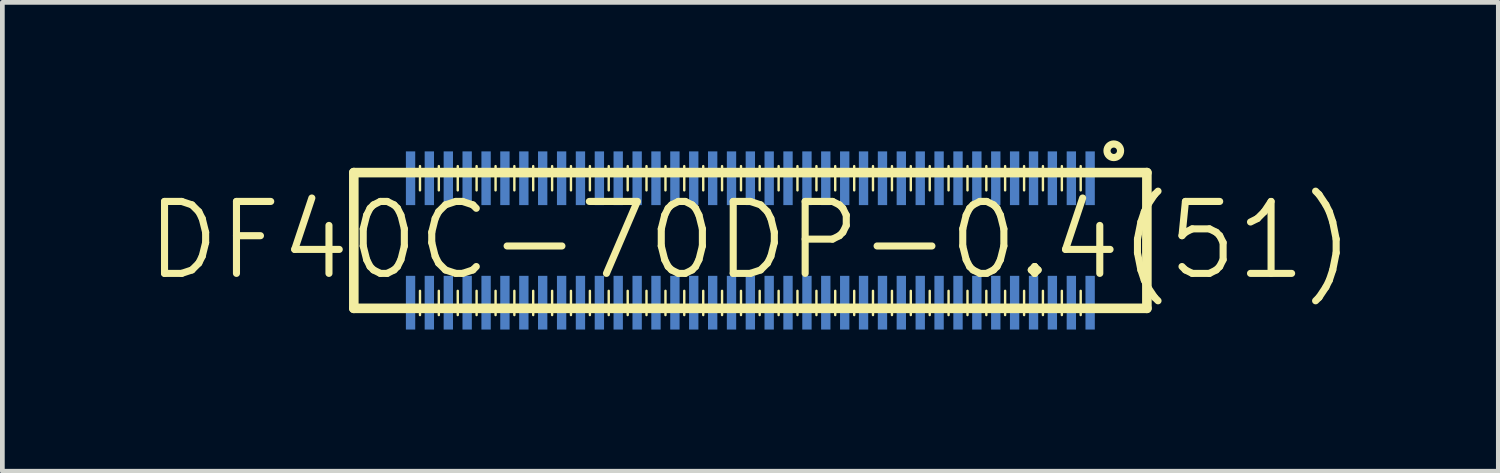
<source format=kicad_pcb>
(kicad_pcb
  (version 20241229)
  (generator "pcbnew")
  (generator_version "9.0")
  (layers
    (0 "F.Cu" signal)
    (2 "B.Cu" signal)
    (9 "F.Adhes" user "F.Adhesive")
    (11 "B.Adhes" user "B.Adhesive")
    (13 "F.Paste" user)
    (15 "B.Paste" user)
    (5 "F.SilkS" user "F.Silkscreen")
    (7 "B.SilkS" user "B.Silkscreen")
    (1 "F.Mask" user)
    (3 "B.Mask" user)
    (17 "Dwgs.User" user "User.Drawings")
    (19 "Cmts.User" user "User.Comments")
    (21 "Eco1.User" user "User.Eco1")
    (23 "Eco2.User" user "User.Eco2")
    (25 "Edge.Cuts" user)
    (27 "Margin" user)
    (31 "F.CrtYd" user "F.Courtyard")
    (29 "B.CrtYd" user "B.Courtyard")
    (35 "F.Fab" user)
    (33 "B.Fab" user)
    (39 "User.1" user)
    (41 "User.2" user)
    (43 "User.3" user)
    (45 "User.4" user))
  (footprint "DF40C-70DP-0.4(51)"
    (layer "F.Cu")
    (at 12.845 2.044)
    (property "Reference" "DF40C-70DP-0.4(51)" (at 0 0 0) (layer "F.SilkS") (effects (font (size 1.524 1.524) (thickness 0.15))))
    (attr smd)
    (fp_line (start -8.4 -1.438) (end 8.4 -1.438) (stroke (width 0.203) (type solid)) (layer "F.SilkS"))
    (fp_line (start -8.4 1.438) (end -8.4 -1.438) (stroke (width 0.203) (type solid)) (layer "F.SilkS"))
    (fp_line (start -6.998 -1.062) (end -6.998 -1.575) (stroke (width 0.051) (type solid)) (layer "F.SilkS"))
    (fp_line (start -6.998 1.58) (end -6.998 1.067) (stroke (width 0.051) (type solid)) (layer "F.SilkS"))
    (fp_line (start -6.599 -1.062) (end -6.599 -1.575) (stroke (width 0.051) (type solid)) (layer "F.SilkS"))
    (fp_line (start -6.599 1.58) (end -6.599 1.067) (stroke (width 0.051) (type solid)) (layer "F.SilkS"))
    (fp_line (start -6.198 -1.062) (end -6.198 -1.575) (stroke (width 0.051) (type solid)) (layer "F.SilkS"))
    (fp_line (start -6.198 1.58) (end -6.198 1.067) (stroke (width 0.051) (type solid)) (layer "F.SilkS"))
    (fp_line (start -5.799 -1.062) (end -5.799 -1.575) (stroke (width 0.051) (type solid)) (layer "F.SilkS"))
    (fp_line (start -5.799 1.58) (end -5.799 1.067) (stroke (width 0.051) (type solid)) (layer "F.SilkS"))
    (fp_line (start -5.397 -1.062) (end -5.397 -1.575) (stroke (width 0.051) (type solid)) (layer "F.SilkS"))
    (fp_line (start -5.397 1.58) (end -5.397 1.067) (stroke (width 0.051) (type solid)) (layer "F.SilkS"))
    (fp_line (start -4.999 -1.062) (end -4.999 -1.575) (stroke (width 0.051) (type solid)) (layer "F.SilkS"))
    (fp_line (start -4.999 1.58) (end -4.999 1.067) (stroke (width 0.051) (type solid)) (layer "F.SilkS"))
    (fp_line (start -4.6 -1.062) (end -4.6 -1.575) (stroke (width 0.051) (type solid)) (layer "F.SilkS"))
    (fp_line (start -4.6 1.58) (end -4.6 1.067) (stroke (width 0.051) (type solid)) (layer "F.SilkS"))
    (fp_line (start -4.199 -1.062) (end -4.199 -1.575) (stroke (width 0.051) (type solid)) (layer "F.SilkS"))
    (fp_line (start -4.199 1.58) (end -4.199 1.067) (stroke (width 0.051) (type solid)) (layer "F.SilkS"))
    (fp_line (start -3.8 -1.062) (end -3.8 -1.575) (stroke (width 0.051) (type solid)) (layer "F.SilkS"))
    (fp_line (start -3.8 1.58) (end -3.8 1.067) (stroke (width 0.051) (type solid)) (layer "F.SilkS"))
    (fp_line (start -3.399 -1.062) (end -3.399 -1.575) (stroke (width 0.051) (type solid)) (layer "F.SilkS"))
    (fp_line (start -3.399 1.58) (end -3.399 1.067) (stroke (width 0.051) (type solid)) (layer "F.SilkS"))
    (fp_line (start -3 -1.062) (end -3 -1.575) (stroke (width 0.051) (type solid)) (layer "F.SilkS"))
    (fp_line (start -3 1.58) (end -3 1.067) (stroke (width 0.051) (type solid)) (layer "F.SilkS"))
    (fp_line (start -2.598 -1.062) (end -2.598 -1.575) (stroke (width 0.051) (type solid)) (layer "F.SilkS"))
    (fp_line (start -2.598 1.58) (end -2.598 1.067) (stroke (width 0.051) (type solid)) (layer "F.SilkS"))
    (fp_line (start -2.2 -1.062) (end -2.2 -1.575) (stroke (width 0.051) (type solid)) (layer "F.SilkS"))
    (fp_line (start -2.2 1.58) (end -2.2 1.067) (stroke (width 0.051) (type solid)) (layer "F.SilkS"))
    (fp_line (start -1.798 -1.062) (end -1.798 -1.575) (stroke (width 0.051) (type solid)) (layer "F.SilkS"))
    (fp_line (start -1.798 1.58) (end -1.798 1.067) (stroke (width 0.051) (type solid)) (layer "F.SilkS"))
    (fp_line (start -1.4 -1.062) (end -1.4 -1.575) (stroke (width 0.051) (type solid)) (layer "F.SilkS"))
    (fp_line (start -1.4 1.58) (end -1.4 1.067) (stroke (width 0.051) (type solid)) (layer "F.SilkS"))
    (fp_line (start -0.998 -1.062) (end -0.998 -1.575) (stroke (width 0.051) (type solid)) (layer "F.SilkS"))
    (fp_line (start -0.998 1.58) (end -0.998 1.067) (stroke (width 0.051) (type solid)) (layer "F.SilkS"))
    (fp_line (start -0.599 -1.062) (end -0.599 -1.575) (stroke (width 0.051) (type solid)) (layer "F.SilkS"))
    (fp_line (start -0.599 1.58) (end -0.599 1.067) (stroke (width 0.051) (type solid)) (layer "F.SilkS"))
    (fp_line (start -0.198 -1.062) (end -0.198 -1.575) (stroke (width 0.051) (type solid)) (layer "F.SilkS"))
    (fp_line (start -0.198 1.58) (end -0.198 1.067) (stroke (width 0.051) (type solid)) (layer "F.SilkS"))
    (fp_line (start 0.198 -1.062) (end 0.198 -1.575) (stroke (width 0.051) (type solid)) (layer "F.SilkS"))
    (fp_line (start 0.198 1.58) (end 0.198 1.067) (stroke (width 0.051) (type solid)) (layer "F.SilkS"))
    (fp_line (start 0.599 -1.062) (end 0.599 -1.575) (stroke (width 0.051) (type solid)) (layer "F.SilkS"))
    (fp_line (start 0.599 1.58) (end 0.599 1.067) (stroke (width 0.051) (type solid)) (layer "F.SilkS"))
    (fp_line (start 0.998 -1.062) (end 0.998 -1.575) (stroke (width 0.051) (type solid)) (layer "F.SilkS"))
    (fp_line (start 0.998 1.58) (end 0.998 1.067) (stroke (width 0.051) (type solid)) (layer "F.SilkS"))
    (fp_line (start 1.4 -1.062) (end 1.4 -1.575) (stroke (width 0.051) (type solid)) (layer "F.SilkS"))
    (fp_line (start 1.4 1.58) (end 1.4 1.067) (stroke (width 0.051) (type solid)) (layer "F.SilkS"))
    (fp_line (start 1.798 -1.062) (end 1.798 -1.575) (stroke (width 0.051) (type solid)) (layer "F.SilkS"))
    (fp_line (start 1.798 1.58) (end 1.798 1.067) (stroke (width 0.051) (type solid)) (layer "F.SilkS"))
    (fp_line (start 2.2 -1.062) (end 2.2 -1.575) (stroke (width 0.051) (type solid)) (layer "F.SilkS"))
    (fp_line (start 2.2 1.58) (end 2.2 1.067) (stroke (width 0.051) (type solid)) (layer "F.SilkS"))
    (fp_line (start 2.598 -1.062) (end 2.598 -1.575) (stroke (width 0.051) (type solid)) (layer "F.SilkS"))
    (fp_line (start 2.598 1.58) (end 2.598 1.067) (stroke (width 0.051) (type solid)) (layer "F.SilkS"))
    (fp_line (start 3 -1.062) (end 3 -1.575) (stroke (width 0.051) (type solid)) (layer "F.SilkS"))
    (fp_line (start 3 1.58) (end 3 1.067) (stroke (width 0.051) (type solid)) (layer "F.SilkS"))
    (fp_line (start 3.399 -1.062) (end 3.399 -1.575) (stroke (width 0.051) (type solid)) (layer "F.SilkS"))
    (fp_line (start 3.399 1.58) (end 3.399 1.067) (stroke (width 0.051) (type solid)) (layer "F.SilkS"))
    (fp_line (start 3.8 -1.062) (end 3.8 -1.575) (stroke (width 0.051) (type solid)) (layer "F.SilkS"))
    (fp_line (start 3.8 1.58) (end 3.8 1.067) (stroke (width 0.051) (type solid)) (layer "F.SilkS"))
    (fp_line (start 4.199 -1.062) (end 4.199 -1.575) (stroke (width 0.051) (type solid)) (layer "F.SilkS"))
    (fp_line (start 4.199 1.58) (end 4.199 1.067) (stroke (width 0.051) (type solid)) (layer "F.SilkS"))
    (fp_line (start 4.6 -1.062) (end 4.6 -1.575) (stroke (width 0.051) (type solid)) (layer "F.SilkS"))
    (fp_line (start 4.6 1.58) (end 4.6 1.067) (stroke (width 0.051) (type solid)) (layer "F.SilkS"))
    (fp_line (start 4.999 -1.062) (end 4.999 -1.575) (stroke (width 0.051) (type solid)) (layer "F.SilkS"))
    (fp_line (start 4.999 1.58) (end 4.999 1.067) (stroke (width 0.051) (type solid)) (layer "F.SilkS"))
    (fp_line (start 5.397 -1.062) (end 5.397 -1.575) (stroke (width 0.051) (type solid)) (layer "F.SilkS"))
    (fp_line (start 5.397 1.58) (end 5.397 1.067) (stroke (width 0.051) (type solid)) (layer "F.SilkS"))
    (fp_line (start 5.799 -1.062) (end 5.799 -1.575) (stroke (width 0.051) (type solid)) (layer "F.SilkS"))
    (fp_line (start 5.799 1.58) (end 5.799 1.067) (stroke (width 0.051) (type solid)) (layer "F.SilkS"))
    (fp_line (start 6.198 -1.062) (end 6.198 -1.575) (stroke (width 0.051) (type solid)) (layer "F.SilkS"))
    (fp_line (start 6.198 1.58) (end 6.198 1.067) (stroke (width 0.051) (type solid)) (layer "F.SilkS"))
    (fp_line (start 6.599 -1.062) (end 6.599 -1.575) (stroke (width 0.051) (type solid)) (layer "F.SilkS"))
    (fp_line (start 6.599 1.58) (end 6.599 1.067) (stroke (width 0.051) (type solid)) (layer "F.SilkS"))
    (fp_line (start 6.998 -1.062) (end 6.998 -1.575) (stroke (width 0.051) (type solid)) (layer "F.SilkS"))
    (fp_line (start 6.998 1.58) (end 6.998 1.067) (stroke (width 0.051) (type solid)) (layer "F.SilkS"))
    (fp_line (start 8.4 -1.438) (end 8.4 1.438) (stroke (width 0.203) (type solid)) (layer "F.SilkS"))
    (fp_line (start 8.4 1.438) (end -8.4 1.438) (stroke (width 0.203) (type solid)) (layer "F.SilkS"))
    (fp_circle (center 7.699 -1.9) (end 7.747 -1.948) (stroke (width 0.152) (type solid)) (fill no) (layer "F.SilkS"))
    (pad "1" smd rect (at 6.8 -1.318) (size 0.198 1.138) (layers "B.Cu" "B.Mask"))
    (pad "2" smd rect (at 6.8 1.318) (size 0.198 1.138) (layers "B.Cu" "B.Mask"))
    (pad "3" smd rect (at 6.398 -1.318) (size 0.198 1.138) (layers "B.Cu" "B.Mask"))
    (pad "4" smd rect (at 6.398 1.318) (size 0.198 1.138) (layers "B.Cu" "B.Mask"))
    (pad "5" smd rect (at 5.999 -1.318) (size 0.198 1.138) (layers "B.Cu" "B.Mask"))
    (pad "6" smd rect (at 5.999 1.318) (size 0.198 1.138) (layers "B.Cu" "B.Mask"))
    (pad "7" smd rect (at 5.598 -1.318) (size 0.198 1.138) (layers "B.Cu" "B.Mask"))
    (pad "8" smd rect (at 5.598 1.318) (size 0.198 1.138) (layers "B.Cu" "B.Mask"))
    (pad "9" smd rect (at 5.199 -1.318) (size 0.198 1.138) (layers "B.Cu" "B.Mask"))
    (pad "10" smd rect (at 5.199 1.318) (size 0.198 1.138) (layers "B.Cu" "B.Mask"))
    (pad "11" smd rect (at 4.798 -1.318) (size 0.198 1.138) (layers "B.Cu" "B.Mask"))
    (pad "12" smd rect (at 4.798 1.318) (size 0.198 1.138) (layers "B.Cu" "B.Mask"))
    (pad "13" smd rect (at 4.399 -1.318) (size 0.198 1.138) (layers "B.Cu" "B.Mask"))
    (pad "14" smd rect (at 4.399 1.318) (size 0.198 1.138) (layers "B.Cu" "B.Mask"))
    (pad "15" smd rect (at 3.998 -1.318) (size 0.198 1.138) (layers "B.Cu" "B.Mask"))
    (pad "16" smd rect (at 3.998 1.318) (size 0.198 1.138) (layers "B.Cu" "B.Mask"))
    (pad "17" smd rect (at 3.599 -1.318) (size 0.198 1.138) (layers "B.Cu" "B.Mask"))
    (pad "18" smd rect (at 3.599 1.318) (size 0.198 1.138) (layers "B.Cu" "B.Mask"))
    (pad "19" smd rect (at 3.198 -1.318) (size 0.198 1.138) (layers "B.Cu" "B.Mask"))
    (pad "20" smd rect (at 3.198 1.318) (size 0.198 1.138) (layers "B.Cu" "B.Mask"))
    (pad "21" smd rect (at 2.799 -1.318) (size 0.198 1.138) (layers "B.Cu" "B.Mask"))
    (pad "22" smd rect (at 2.799 1.318) (size 0.198 1.138) (layers "B.Cu" "B.Mask"))
    (pad "23" smd rect (at 2.398 -1.318) (size 0.198 1.138) (layers "B.Cu" "B.Mask"))
    (pad "24" smd rect (at 2.398 1.318) (size 0.198 1.138) (layers "B.Cu" "B.Mask"))
    (pad "25" smd rect (at 1.999 -1.318) (size 0.198 1.138) (layers "B.Cu" "B.Mask"))
    (pad "26" smd rect (at 1.999 1.318) (size 0.198 1.138) (layers "B.Cu" "B.Mask"))
    (pad "27" smd rect (at 1.598 -1.318) (size 0.198 1.138) (layers "B.Cu" "B.Mask"))
    (pad "28" smd rect (at 1.598 1.318) (size 0.198 1.138) (layers "B.Cu" "B.Mask"))
    (pad "29" smd rect (at 1.199 -1.318) (size 0.198 1.138) (layers "B.Cu" "B.Mask"))
    (pad "30" smd rect (at 1.199 1.318) (size 0.198 1.138) (layers "B.Cu" "B.Mask"))
    (pad "31" smd rect (at 0.798 -1.318) (size 0.198 1.138) (layers "B.Cu" "B.Mask"))
    (pad "32" smd rect (at 0.798 1.318) (size 0.198 1.138) (layers "B.Cu" "B.Mask"))
    (pad "33" smd rect (at 0.399 -1.318) (size 0.198 1.138) (layers "B.Cu" "B.Mask"))
    (pad "34" smd rect (at 0.399 1.318) (size 0.198 1.138) (layers "B.Cu" "B.Mask"))
    (pad "35" smd rect (at 0 -1.318) (size 0.198 1.138) (layers "B.Cu" "B.Mask"))
    (pad "36" smd rect (at 0 1.318) (size 0.198 1.138) (layers "B.Cu" "B.Mask"))
    (pad "37" smd rect (at -0.399 -1.318) (size 0.198 1.138) (layers "B.Cu" "B.Mask"))
    (pad "38" smd rect (at -0.399 1.318) (size 0.198 1.138) (layers "B.Cu" "B.Mask"))
    (pad "39" smd rect (at -0.798 -1.318) (size 0.198 1.138) (layers "B.Cu" "B.Mask"))
    (pad "40" smd rect (at -0.798 1.318) (size 0.198 1.138) (layers "B.Cu" "B.Mask"))
    (pad "41" smd rect (at -1.199 -1.318) (size 0.198 1.138) (layers "B.Cu" "B.Mask"))
    (pad "42" smd rect (at -1.199 1.318) (size 0.198 1.138) (layers "B.Cu" "B.Mask"))
    (pad "43" smd rect (at -1.598 -1.318) (size 0.198 1.138) (layers "B.Cu" "B.Mask"))
    (pad "44" smd rect (at -1.598 1.318) (size 0.198 1.138) (layers "B.Cu" "B.Mask"))
    (pad "45" smd rect (at -1.999 -1.318) (size 0.198 1.138) (layers "B.Cu" "B.Mask"))
    (pad "46" smd rect (at -1.999 1.318) (size 0.198 1.138) (layers "B.Cu" "B.Mask"))
    (pad "47" smd rect (at -2.398 -1.318) (size 0.198 1.138) (layers "B.Cu" "B.Mask"))
    (pad "48" smd rect (at -2.398 1.318) (size 0.198 1.138) (layers "B.Cu" "B.Mask"))
    (pad "49" smd rect (at -2.799 -1.318) (size 0.198 1.138) (layers "B.Cu" "B.Mask"))
    (pad "50" smd rect (at -2.799 1.318) (size 0.198 1.138) (layers "B.Cu" "B.Mask"))
    (pad "51" smd rect (at -3.198 -1.318) (size 0.198 1.138) (layers "B.Cu" "B.Mask"))
    (pad "52" smd rect (at -3.198 1.318) (size 0.198 1.138) (layers "B.Cu" "B.Mask"))
    (pad "53" smd rect (at -3.599 -1.318) (size 0.198 1.138) (layers "B.Cu" "B.Mask"))
    (pad "54" smd rect (at -3.599 1.318) (size 0.198 1.138) (layers "B.Cu" "B.Mask"))
    (pad "55" smd rect (at -3.998 -1.318) (size 0.198 1.138) (layers "B.Cu" "B.Mask"))
    (pad "56" smd rect (at -3.998 1.318) (size 0.198 1.138) (layers "B.Cu" "B.Mask"))
    (pad "57" smd rect (at -4.399 -1.318) (size 0.198 1.138) (layers "B.Cu" "B.Mask"))
    (pad "58" smd rect (at -4.399 1.318) (size 0.198 1.138) (layers "B.Cu" "B.Mask"))
    (pad "59" smd rect (at -4.798 -1.318) (size 0.198 1.138) (layers "B.Cu" "B.Mask"))
    (pad "60" smd rect (at -4.798 1.318) (size 0.198 1.138) (layers "B.Cu" "B.Mask"))
    (pad "61" smd rect (at -5.199 -1.318) (size 0.198 1.138) (layers "B.Cu" "B.Mask"))
    (pad "62" smd rect (at -5.199 1.318) (size 0.198 1.138) (layers "B.Cu" "B.Mask"))
    (pad "63" smd rect (at -5.598 -1.318) (size 0.198 1.138) (layers "B.Cu" "B.Mask"))
    (pad "64" smd rect (at -5.598 1.318) (size 0.198 1.138) (layers "B.Cu" "B.Mask"))
    (pad "65" smd rect (at -5.999 -1.318) (size 0.198 1.138) (layers "B.Cu" "B.Mask"))
    (pad "66" smd rect (at -5.999 1.318) (size 0.198 1.138) (layers "B.Cu" "B.Mask"))
    (pad "67" smd rect (at -6.398 -1.318) (size 0.198 1.138) (layers "B.Cu" "B.Mask"))
    (pad "68" smd rect (at -6.398 1.318) (size 0.198 1.138) (layers "B.Cu" "B.Mask"))
    (pad "69" smd rect (at -6.8 -1.318) (size 0.198 1.138) (layers "B.Cu" "B.Mask"))
    (pad "70" smd rect (at -6.8 1.318) (size 0.198 1.138) (layers "B.Cu" "B.Mask"))
    (pad "NC1" smd rect (at 7.198 -1.318) (size 0.198 1.138) (layers "B.Cu" "B.Mask"))
    (pad "NC2" smd rect (at 7.198 1.318) (size 0.198 1.138) (layers "B.Cu" "B.Mask"))
    (pad "NC3" smd rect (at -7.198 1.318) (size 0.198 1.138) (layers "B.Cu" "B.Mask"))
    (pad "NC4" smd rect (at -7.198 -1.318) (size 0.198 1.138) (layers "B.Cu" "B.Mask")))
  (gr_rect
    (start -3 -3)
    (end 28.69 6.932)
    (stroke (width 0.1) (type default))
    (fill no)
    (layer "Edge.Cuts")))
</source>
